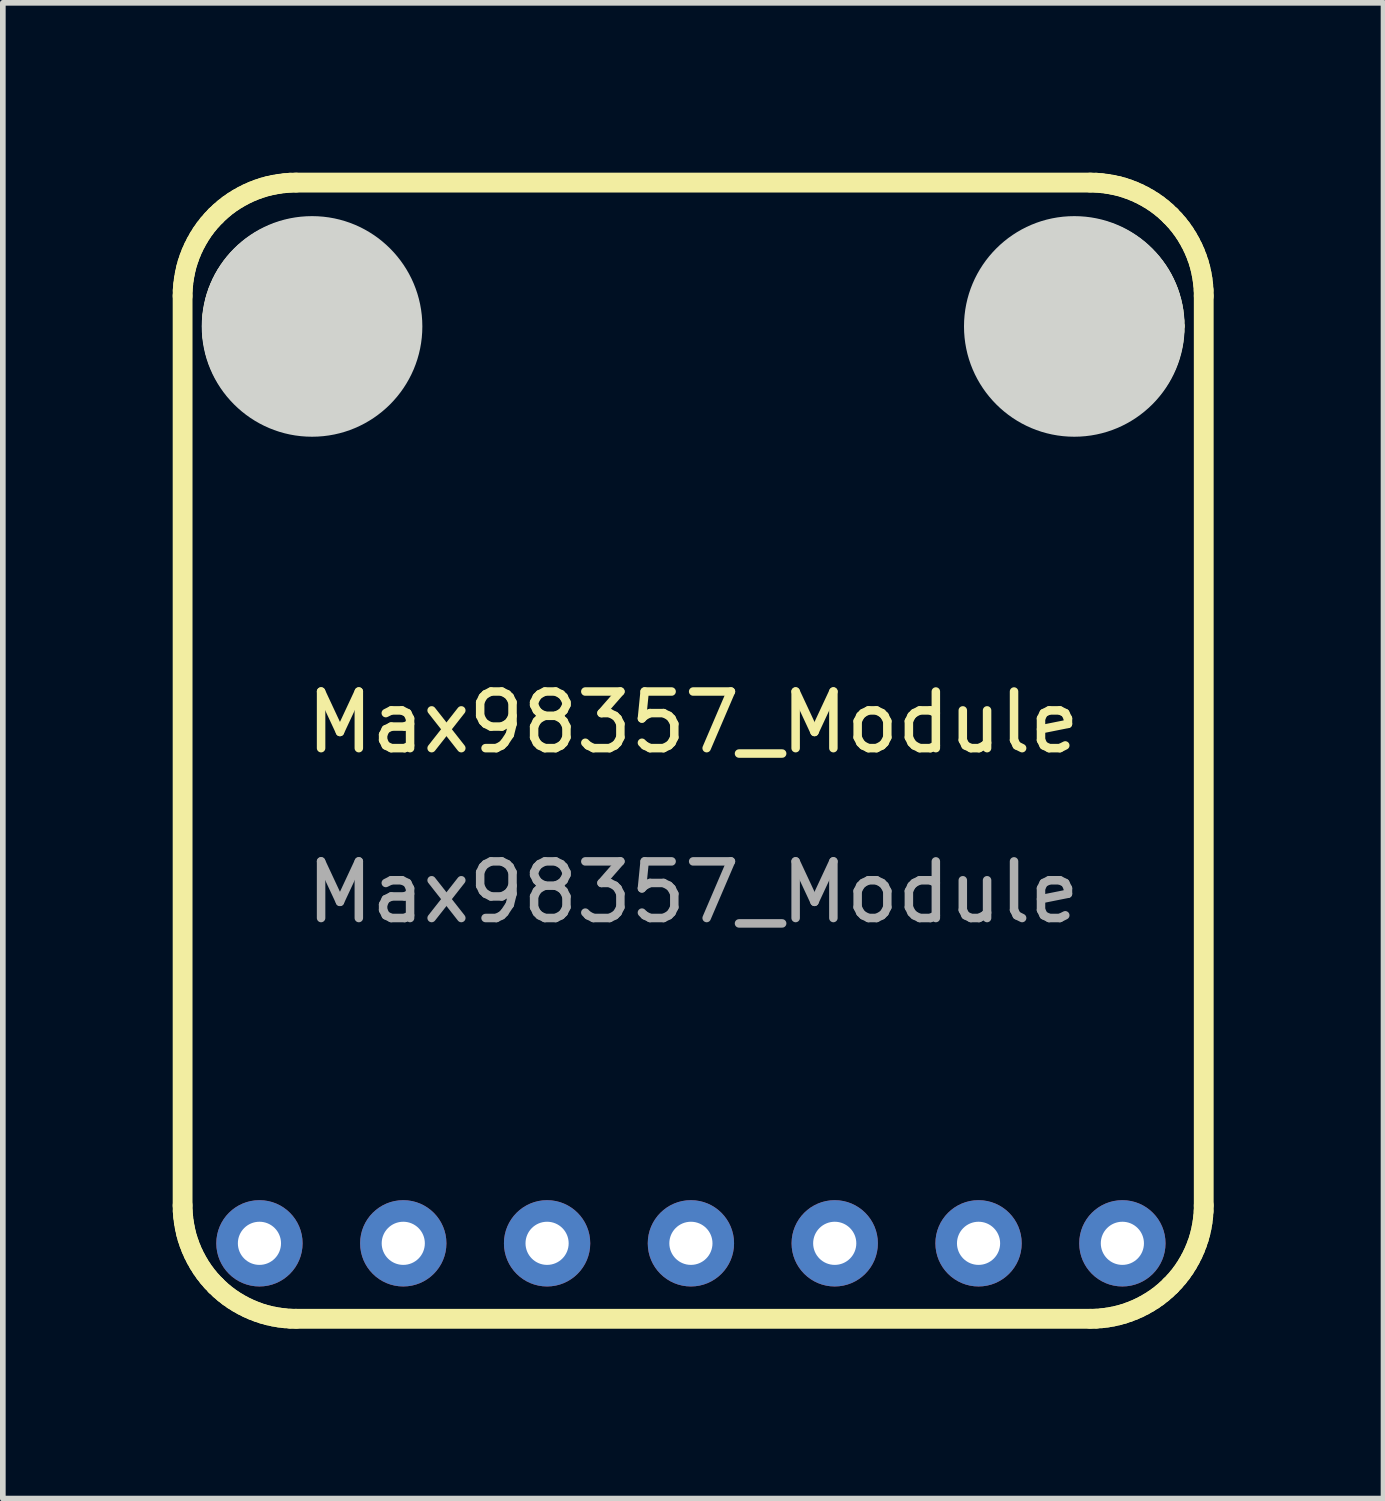
<source format=kicad_pcb>
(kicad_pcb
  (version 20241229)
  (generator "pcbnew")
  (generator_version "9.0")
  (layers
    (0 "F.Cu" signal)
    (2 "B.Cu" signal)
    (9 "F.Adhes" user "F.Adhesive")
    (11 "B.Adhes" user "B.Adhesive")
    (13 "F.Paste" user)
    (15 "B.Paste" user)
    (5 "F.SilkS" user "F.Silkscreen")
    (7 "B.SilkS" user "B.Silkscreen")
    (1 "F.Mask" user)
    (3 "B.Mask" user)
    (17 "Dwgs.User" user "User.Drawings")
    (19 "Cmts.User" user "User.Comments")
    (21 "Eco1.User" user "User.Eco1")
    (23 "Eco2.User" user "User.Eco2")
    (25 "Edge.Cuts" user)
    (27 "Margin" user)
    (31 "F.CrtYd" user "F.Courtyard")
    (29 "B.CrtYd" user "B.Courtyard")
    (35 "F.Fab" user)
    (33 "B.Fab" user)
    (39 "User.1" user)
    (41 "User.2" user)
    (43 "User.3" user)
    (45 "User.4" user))
  (footprint "Max98357_Module"
    (layer "F.Cu")
    (at 9.192 10.208)
    (property "Reference" "Max98357_Module" (at 0 -0.5 0) (unlocked yes) (layer "F.SilkS") (effects (font (size 1 1) (thickness 0.15))))
    (attr through_hole)
    (fp_line (start -9.017 8.033) (end -9.017 -8.033) (stroke (width 0.35) (type solid)) (layer "F.SilkS"))
    (fp_line (start -9.017 8.033) (end -9.015 8.132) (stroke (width 0.35) (type solid)) (layer "F.SilkS"))
    (fp_line (start -9.015 -8.132) (end -9.017 -8.033) (stroke (width 0.35) (type solid)) (layer "F.SilkS"))
    (fp_line (start -9.015 8.132) (end -9.007 8.231) (stroke (width 0.35) (type solid)) (layer "F.SilkS"))
    (fp_line (start -9.007 -8.231) (end -9.015 -8.132) (stroke (width 0.35) (type solid)) (layer "F.SilkS"))
    (fp_line (start -9.007 8.231) (end -8.995 8.328) (stroke (width 0.35) (type solid)) (layer "F.SilkS"))
    (fp_line (start -8.995 -8.328) (end -9.007 -8.231) (stroke (width 0.35) (type solid)) (layer "F.SilkS"))
    (fp_line (start -8.995 8.328) (end -8.978 8.425) (stroke (width 0.35) (type solid)) (layer "F.SilkS"))
    (fp_line (start -8.978 -8.425) (end -8.995 -8.328) (stroke (width 0.35) (type solid)) (layer "F.SilkS"))
    (fp_line (start -8.978 8.425) (end -8.957 8.521) (stroke (width 0.35) (type solid)) (layer "F.SilkS"))
    (fp_line (start -8.957 -8.521) (end -8.978 -8.425) (stroke (width 0.35) (type solid)) (layer "F.SilkS"))
    (fp_line (start -8.957 8.521) (end -8.931 8.615) (stroke (width 0.35) (type solid)) (layer "F.SilkS"))
    (fp_line (start -8.931 -8.615) (end -8.957 -8.521) (stroke (width 0.35) (type solid)) (layer "F.SilkS"))
    (fp_line (start -8.931 8.615) (end -8.9 8.707) (stroke (width 0.35) (type solid)) (layer "F.SilkS"))
    (fp_line (start -8.9 -8.707) (end -8.931 -8.615) (stroke (width 0.35) (type solid)) (layer "F.SilkS"))
    (fp_line (start -8.9 8.707) (end -8.865 8.798) (stroke (width 0.35) (type solid)) (layer "F.SilkS"))
    (fp_line (start -8.865 -8.798) (end -8.9 -8.707) (stroke (width 0.35) (type solid)) (layer "F.SilkS"))
    (fp_line (start -8.865 8.798) (end -8.825 8.888) (stroke (width 0.35) (type solid)) (layer "F.SilkS"))
    (fp_line (start -8.825 -8.888) (end -8.865 -8.798) (stroke (width 0.35) (type solid)) (layer "F.SilkS"))
    (fp_line (start -8.825 8.888) (end -8.781 8.975) (stroke (width 0.35) (type solid)) (layer "F.SilkS"))
    (fp_line (start -8.781 -8.975) (end -8.825 -8.888) (stroke (width 0.35) (type solid)) (layer "F.SilkS"))
    (fp_line (start -8.781 8.975) (end -8.733 9.06) (stroke (width 0.35) (type solid)) (layer "F.SilkS"))
    (fp_line (start -8.733 -9.06) (end -8.781 -8.975) (stroke (width 0.35) (type solid)) (layer "F.SilkS"))
    (fp_line (start -8.733 9.06) (end -8.681 9.143) (stroke (width 0.35) (type solid)) (layer "F.SilkS"))
    (fp_line (start -8.681 -9.143) (end -8.733 -9.06) (stroke (width 0.35) (type solid)) (layer "F.SilkS"))
    (fp_line (start -8.681 9.143) (end -8.625 9.223) (stroke (width 0.35) (type solid)) (layer "F.SilkS"))
    (fp_line (start -8.625 -9.223) (end -8.681 -9.143) (stroke (width 0.35) (type solid)) (layer "F.SilkS"))
    (fp_line (start -8.625 9.223) (end -8.564 9.301) (stroke (width 0.35) (type solid)) (layer "F.SilkS"))
    (fp_line (start -8.564 -9.301) (end -8.625 -9.223) (stroke (width 0.35) (type solid)) (layer "F.SilkS"))
    (fp_line (start -8.564 9.301) (end -8.5 9.375) (stroke (width 0.35) (type solid)) (layer "F.SilkS"))
    (fp_line (start -8.5 -7.5) (end -8.5 -7.5) (stroke (width 0.35) (type solid)) (layer "F.SilkS"))
    (fp_line (start -8.5 -7.5) (end -8.498 -7.41) (stroke (width 0.35) (type solid)) (layer "F.SilkS"))
    (fp_line (start -8.5 -9.375) (end -8.564 -9.301) (stroke (width 0.35) (type solid)) (layer "F.SilkS"))
    (fp_line (start -8.5 9.375) (end -8.431 9.447) (stroke (width 0.35) (type solid)) (layer "F.SilkS"))
    (fp_line (start -8.498 -7.59) (end -8.5 -7.5) (stroke (width 0.35) (type solid)) (layer "F.SilkS"))
    (fp_line (start -8.498 -7.41) (end -8.491 -7.321) (stroke (width 0.35) (type solid)) (layer "F.SilkS"))
    (fp_line (start -8.491 -7.679) (end -8.498 -7.59) (stroke (width 0.35) (type solid)) (layer "F.SilkS"))
    (fp_line (start -8.491 -7.321) (end -8.48 -7.233) (stroke (width 0.35) (type solid)) (layer "F.SilkS"))
    (fp_line (start -8.48 -7.767) (end -8.491 -7.679) (stroke (width 0.35) (type solid)) (layer "F.SilkS"))
    (fp_line (start -8.48 -7.233) (end -8.464 -7.147) (stroke (width 0.35) (type solid)) (layer "F.SilkS"))
    (fp_line (start -8.464 -7.853) (end -8.48 -7.767) (stroke (width 0.35) (type solid)) (layer "F.SilkS"))
    (fp_line (start -8.464 -7.147) (end -8.445 -7.063) (stroke (width 0.35) (type solid)) (layer "F.SilkS"))
    (fp_line (start -8.445 -7.937) (end -8.464 -7.853) (stroke (width 0.35) (type solid)) (layer "F.SilkS"))
    (fp_line (start -8.445 -7.063) (end -8.421 -6.98) (stroke (width 0.35) (type solid)) (layer "F.SilkS"))
    (fp_line (start -8.431 -9.447) (end -8.5 -9.375) (stroke (width 0.35) (type solid)) (layer "F.SilkS"))
    (fp_line (start -8.431 -9.447) (end -8.431 -9.447) (stroke (width 0.35) (type solid)) (layer "F.SilkS"))
    (fp_line (start -8.431 9.447) (end -8.431 9.447) (stroke (width 0.35) (type solid)) (layer "F.SilkS"))
    (fp_line (start -8.431 9.447) (end -8.359 9.516) (stroke (width 0.35) (type solid)) (layer "F.SilkS"))
    (fp_line (start -8.421 -8.02) (end -8.445 -7.937) (stroke (width 0.35) (type solid)) (layer "F.SilkS"))
    (fp_line (start -8.421 -6.98) (end -8.394 -6.898) (stroke (width 0.35) (type solid)) (layer "F.SilkS"))
    (fp_line (start -8.394 -8.102) (end -8.421 -8.02) (stroke (width 0.35) (type solid)) (layer "F.SilkS"))
    (fp_line (start -8.394 -6.898) (end -8.362 -6.819) (stroke (width 0.35) (type solid)) (layer "F.SilkS"))
    (fp_line (start -8.362 -8.181) (end -8.394 -8.102) (stroke (width 0.35) (type solid)) (layer "F.SilkS"))
    (fp_line (start -8.362 -6.819) (end -8.327 -6.741) (stroke (width 0.35) (type solid)) (layer "F.SilkS"))
    (fp_line (start -8.359 -9.516) (end -8.431 -9.447) (stroke (width 0.35) (type solid)) (layer "F.SilkS"))
    (fp_line (start -8.359 9.516) (end -8.285 9.58) (stroke (width 0.35) (type solid)) (layer "F.SilkS"))
    (fp_line (start -8.327 -8.259) (end -8.362 -8.181) (stroke (width 0.35) (type solid)) (layer "F.SilkS"))
    (fp_line (start -8.327 -6.741) (end -8.289 -6.666) (stroke (width 0.35) (type solid)) (layer "F.SilkS"))
    (fp_line (start -8.289 -8.334) (end -8.327 -8.259) (stroke (width 0.35) (type solid)) (layer "F.SilkS"))
    (fp_line (start -8.289 -6.666) (end -8.247 -6.593) (stroke (width 0.35) (type solid)) (layer "F.SilkS"))
    (fp_line (start -8.285 -9.58) (end -8.359 -9.516) (stroke (width 0.35) (type solid)) (layer "F.SilkS"))
    (fp_line (start -8.285 9.58) (end -8.207 9.641) (stroke (width 0.35) (type solid)) (layer "F.SilkS"))
    (fp_line (start -8.247 -8.407) (end -8.289 -8.334) (stroke (width 0.35) (type solid)) (layer "F.SilkS"))
    (fp_line (start -8.247 -6.593) (end -8.201 -6.522) (stroke (width 0.35) (type solid)) (layer "F.SilkS"))
    (fp_line (start -8.207 -9.641) (end -8.285 -9.58) (stroke (width 0.35) (type solid)) (layer "F.SilkS"))
    (fp_line (start -8.207 9.641) (end -8.127 9.697) (stroke (width 0.35) (type solid)) (layer "F.SilkS"))
    (fp_line (start -8.201 -8.478) (end -8.247 -8.407) (stroke (width 0.35) (type solid)) (layer "F.SilkS"))
    (fp_line (start -8.201 -6.522) (end -8.152 -6.453) (stroke (width 0.35) (type solid)) (layer "F.SilkS"))
    (fp_line (start -8.152 -8.547) (end -8.201 -8.478) (stroke (width 0.35) (type solid)) (layer "F.SilkS"))
    (fp_line (start -8.152 -6.453) (end -8.1 -6.387) (stroke (width 0.35) (type solid)) (layer "F.SilkS"))
    (fp_line (start -8.127 -9.697) (end -8.207 -9.641) (stroke (width 0.35) (type solid)) (layer "F.SilkS"))
    (fp_line (start -8.127 9.697) (end -8.044 9.749) (stroke (width 0.35) (type solid)) (layer "F.SilkS"))
    (fp_line (start -8.1 -8.613) (end -8.152 -8.547) (stroke (width 0.35) (type solid)) (layer "F.SilkS"))
    (fp_line (start -8.1 -6.387) (end -8.045 -6.323) (stroke (width 0.35) (type solid)) (layer "F.SilkS"))
    (fp_line (start -8.045 -8.677) (end -8.1 -8.613) (stroke (width 0.35) (type solid)) (layer "F.SilkS"))
    (fp_line (start -8.045 -6.323) (end -7.987 -6.263) (stroke (width 0.35) (type solid)) (layer "F.SilkS"))
    (fp_line (start -8.044 -9.749) (end -8.127 -9.697) (stroke (width 0.35) (type solid)) (layer "F.SilkS"))
    (fp_line (start -8.044 9.749) (end -7.959 9.797) (stroke (width 0.35) (type solid)) (layer "F.SilkS"))
    (fp_line (start -7.987 -8.737) (end -8.045 -8.677) (stroke (width 0.35) (type solid)) (layer "F.SilkS"))
    (fp_line (start -7.987 -6.263) (end -7.927 -6.205) (stroke (width 0.35) (type solid)) (layer "F.SilkS"))
    (fp_line (start -7.959 -9.797) (end -8.044 -9.749) (stroke (width 0.35) (type solid)) (layer "F.SilkS"))
    (fp_line (start -7.959 9.797) (end -7.872 9.841) (stroke (width 0.35) (type solid)) (layer "F.SilkS"))
    (fp_line (start -7.927 -8.795) (end -7.987 -8.737) (stroke (width 0.35) (type solid)) (layer "F.SilkS"))
    (fp_line (start -7.927 -6.205) (end -7.863 -6.15) (stroke (width 0.35) (type solid)) (layer "F.SilkS"))
    (fp_line (start -7.872 -9.841) (end -7.959 -9.797) (stroke (width 0.35) (type solid)) (layer "F.SilkS"))
    (fp_line (start -7.872 9.841) (end -7.782 9.881) (stroke (width 0.35) (type solid)) (layer "F.SilkS"))
    (fp_line (start -7.863 -8.85) (end -7.927 -8.795) (stroke (width 0.35) (type solid)) (layer "F.SilkS"))
    (fp_line (start -7.863 -6.15) (end -7.797 -6.098) (stroke (width 0.35) (type solid)) (layer "F.SilkS"))
    (fp_line (start -7.797 -8.902) (end -7.863 -8.85) (stroke (width 0.35) (type solid)) (layer "F.SilkS"))
    (fp_line (start -7.797 -6.098) (end -7.728 -6.049) (stroke (width 0.35) (type solid)) (layer "F.SilkS"))
    (fp_line (start -7.782 -9.881) (end -7.872 -9.841) (stroke (width 0.35) (type solid)) (layer "F.SilkS"))
    (fp_line (start -7.782 9.881) (end -7.691 9.916) (stroke (width 0.35) (type solid)) (layer "F.SilkS"))
    (fp_line (start -7.728 -8.951) (end -7.797 -8.902) (stroke (width 0.35) (type solid)) (layer "F.SilkS"))
    (fp_line (start -7.728 -6.049) (end -7.657 -6.003) (stroke (width 0.35) (type solid)) (layer "F.SilkS"))
    (fp_line (start -7.691 -9.916) (end -7.782 -9.881) (stroke (width 0.35) (type solid)) (layer "F.SilkS"))
    (fp_line (start -7.691 9.916) (end -7.599 9.947) (stroke (width 0.35) (type solid)) (layer "F.SilkS"))
    (fp_line (start -7.657 -8.997) (end -7.728 -8.951) (stroke (width 0.35) (type solid)) (layer "F.SilkS"))
    (fp_line (start -7.657 -6.003) (end -7.584 -5.961) (stroke (width 0.35) (type solid)) (layer "F.SilkS"))
    (fp_line (start -7.599 -9.947) (end -7.691 -9.916) (stroke (width 0.35) (type solid)) (layer "F.SilkS"))
    (fp_line (start -7.599 9.947) (end -7.505 9.973) (stroke (width 0.35) (type solid)) (layer "F.SilkS"))
    (fp_line (start -7.584 -9.039) (end -7.657 -8.997) (stroke (width 0.35) (type solid)) (layer "F.SilkS"))
    (fp_line (start -7.584 -5.961) (end -7.509 -5.923) (stroke (width 0.35) (type solid)) (layer "F.SilkS"))
    (fp_line (start -7.509 -9.077) (end -7.584 -9.039) (stroke (width 0.35) (type solid)) (layer "F.SilkS"))
    (fp_line (start -7.509 -5.923) (end -7.431 -5.888) (stroke (width 0.35) (type solid)) (layer "F.SilkS"))
    (fp_line (start -7.505 -9.973) (end -7.599 -9.947) (stroke (width 0.35) (type solid)) (layer "F.SilkS"))
    (fp_line (start -7.505 9.973) (end -7.409 9.994) (stroke (width 0.35) (type solid)) (layer "F.SilkS"))
    (fp_line (start -7.431 -9.112) (end -7.509 -9.077) (stroke (width 0.35) (type solid)) (layer "F.SilkS"))
    (fp_line (start -7.431 -5.888) (end -7.352 -5.856) (stroke (width 0.35) (type solid)) (layer "F.SilkS"))
    (fp_line (start -7.409 -9.994) (end -7.505 -9.973) (stroke (width 0.35) (type solid)) (layer "F.SilkS"))
    (fp_line (start -7.409 9.994) (end -7.312 10.011) (stroke (width 0.35) (type solid)) (layer "F.SilkS"))
    (fp_line (start -7.352 -9.144) (end -7.431 -9.112) (stroke (width 0.35) (type solid)) (layer "F.SilkS"))
    (fp_line (start -7.352 -5.856) (end -7.27 -5.829) (stroke (width 0.35) (type solid)) (layer "F.SilkS"))
    (fp_line (start -7.312 -10.011) (end -7.409 -9.994) (stroke (width 0.35) (type solid)) (layer "F.SilkS"))
    (fp_line (start -7.312 10.011) (end -7.215 10.023) (stroke (width 0.35) (type solid)) (layer "F.SilkS"))
    (fp_line (start -7.27 -9.171) (end -7.352 -9.144) (stroke (width 0.35) (type solid)) (layer "F.SilkS"))
    (fp_line (start -7.27 -5.829) (end -7.187 -5.805) (stroke (width 0.35) (type solid)) (layer "F.SilkS"))
    (fp_line (start -7.215 -10.023) (end -7.312 -10.011) (stroke (width 0.35) (type solid)) (layer "F.SilkS"))
    (fp_line (start -7.215 10.023) (end -7.116 10.031) (stroke (width 0.35) (type solid)) (layer "F.SilkS"))
    (fp_line (start -7.187 -9.195) (end -7.27 -9.171) (stroke (width 0.35) (type solid)) (layer "F.SilkS"))
    (fp_line (start -7.187 -5.805) (end -7.103 -5.786) (stroke (width 0.35) (type solid)) (layer "F.SilkS"))
    (fp_line (start -7.116 -10.031) (end -7.215 -10.023) (stroke (width 0.35) (type solid)) (layer "F.SilkS"))
    (fp_line (start -7.116 10.031) (end -7.017 10.033) (stroke (width 0.35) (type solid)) (layer "F.SilkS"))
    (fp_line (start -7.103 -9.214) (end -7.187 -9.195) (stroke (width 0.35) (type solid)) (layer "F.SilkS"))
    (fp_line (start -7.103 -5.786) (end -7.017 -5.77) (stroke (width 0.35) (type solid)) (layer "F.SilkS"))
    (fp_line (start -7.017 -10.033) (end -7.116 -10.031) (stroke (width 0.35) (type solid)) (layer "F.SilkS"))
    (fp_line (start -7.017 -10.033) (end 7.017 -10.033) (stroke (width 0.35) (type solid)) (layer "F.SilkS"))
    (fp_line (start -7.017 -9.23) (end -7.103 -9.214) (stroke (width 0.35) (type solid)) (layer "F.SilkS"))
    (fp_line (start -7.017 -5.77) (end -6.929 -5.759) (stroke (width 0.35) (type solid)) (layer "F.SilkS"))
    (fp_line (start -6.929 -9.241) (end -7.017 -9.23) (stroke (width 0.35) (type solid)) (layer "F.SilkS"))
    (fp_line (start -6.929 -5.759) (end -6.84 -5.752) (stroke (width 0.35) (type solid)) (layer "F.SilkS"))
    (fp_line (start -6.84 -9.248) (end -6.929 -9.241) (stroke (width 0.35) (type solid)) (layer "F.SilkS"))
    (fp_line (start -6.84 -5.752) (end -6.75 -5.75) (stroke (width 0.35) (type solid)) (layer "F.SilkS"))
    (fp_line (start -6.75 -9.25) (end -6.84 -9.248) (stroke (width 0.35) (type solid)) (layer "F.SilkS"))
    (fp_line (start -6.75 -9.25) (end -6.75 -9.25) (stroke (width 0.35) (type solid)) (layer "F.SilkS"))
    (fp_line (start -6.75 -5.75) (end -6.75 -5.75) (stroke (width 0.35) (type solid)) (layer "F.SilkS"))
    (fp_line (start -6.75 -5.75) (end -6.66 -5.752) (stroke (width 0.35) (type solid)) (layer "F.SilkS"))
    (fp_line (start -6.66 -9.248) (end -6.75 -9.25) (stroke (width 0.35) (type solid)) (layer "F.SilkS"))
    (fp_line (start -6.66 -5.752) (end -6.571 -5.759) (stroke (width 0.35) (type solid)) (layer "F.SilkS"))
    (fp_line (start -6.571 -9.241) (end -6.66 -9.248) (stroke (width 0.35) (type solid)) (layer "F.SilkS"))
    (fp_line (start -6.571 -5.759) (end -6.483 -5.77) (stroke (width 0.35) (type solid)) (layer "F.SilkS"))
    (fp_line (start -6.483 -9.23) (end -6.571 -9.241) (stroke (width 0.35) (type solid)) (layer "F.SilkS"))
    (fp_line (start -6.483 -5.77) (end -6.397 -5.786) (stroke (width 0.35) (type solid)) (layer "F.SilkS"))
    (fp_line (start -6.397 -9.214) (end -6.483 -9.23) (stroke (width 0.35) (type solid)) (layer "F.SilkS"))
    (fp_line (start -6.397 -5.786) (end -6.313 -5.805) (stroke (width 0.35) (type solid)) (layer "F.SilkS"))
    (fp_line (start -6.313 -9.195) (end -6.397 -9.214) (stroke (width 0.35) (type solid)) (layer "F.SilkS"))
    (fp_line (start -6.313 -5.805) (end -6.23 -5.829) (stroke (width 0.35) (type solid)) (layer "F.SilkS"))
    (fp_line (start -6.23 -9.171) (end -6.313 -9.195) (stroke (width 0.35) (type solid)) (layer "F.SilkS"))
    (fp_line (start -6.23 -5.829) (end -6.148 -5.856) (stroke (width 0.35) (type solid)) (layer "F.SilkS"))
    (fp_line (start -6.148 -9.144) (end -6.23 -9.171) (stroke (width 0.35) (type solid)) (layer "F.SilkS"))
    (fp_line (start -6.148 -5.856) (end -6.069 -5.888) (stroke (width 0.35) (type solid)) (layer "F.SilkS"))
    (fp_line (start -6.069 -9.112) (end -6.148 -9.144) (stroke (width 0.35) (type solid)) (layer "F.SilkS"))
    (fp_line (start -6.069 -5.888) (end -5.991 -5.923) (stroke (width 0.35) (type solid)) (layer "F.SilkS"))
    (fp_line (start -5.991 -9.077) (end -6.069 -9.112) (stroke (width 0.35) (type solid)) (layer "F.SilkS"))
    (fp_line (start -5.991 -5.923) (end -5.916 -5.961) (stroke (width 0.35) (type solid)) (layer "F.SilkS"))
    (fp_line (start -5.916 -9.039) (end -5.991 -9.077) (stroke (width 0.35) (type solid)) (layer "F.SilkS"))
    (fp_line (start -5.916 -5.961) (end -5.843 -6.003) (stroke (width 0.35) (type solid)) (layer "F.SilkS"))
    (fp_line (start -5.843 -8.997) (end -5.916 -9.039) (stroke (width 0.35) (type solid)) (layer "F.SilkS"))
    (fp_line (start -5.843 -6.003) (end -5.772 -6.049) (stroke (width 0.35) (type solid)) (layer "F.SilkS"))
    (fp_line (start -5.772 -8.951) (end -5.843 -8.997) (stroke (width 0.35) (type solid)) (layer "F.SilkS"))
    (fp_line (start -5.772 -6.049) (end -5.703 -6.098) (stroke (width 0.35) (type solid)) (layer "F.SilkS"))
    (fp_line (start -5.703 -8.902) (end -5.772 -8.951) (stroke (width 0.35) (type solid)) (layer "F.SilkS"))
    (fp_line (start -5.703 -6.098) (end -5.637 -6.15) (stroke (width 0.35) (type solid)) (layer "F.SilkS"))
    (fp_line (start -5.637 -8.85) (end -5.703 -8.902) (stroke (width 0.35) (type solid)) (layer "F.SilkS"))
    (fp_line (start -5.637 -6.15) (end -5.573 -6.205) (stroke (width 0.35) (type solid)) (layer "F.SilkS"))
    (fp_line (start -5.573 -8.795) (end -5.637 -8.85) (stroke (width 0.35) (type solid)) (layer "F.SilkS"))
    (fp_line (start -5.573 -6.205) (end -5.513 -6.263) (stroke (width 0.35) (type solid)) (layer "F.SilkS"))
    (fp_line (start -5.513 -8.737) (end -5.573 -8.795) (stroke (width 0.35) (type solid)) (layer "F.SilkS"))
    (fp_line (start -5.513 -6.263) (end -5.455 -6.323) (stroke (width 0.35) (type solid)) (layer "F.SilkS"))
    (fp_line (start -5.455 -8.677) (end -5.513 -8.737) (stroke (width 0.35) (type solid)) (layer "F.SilkS"))
    (fp_line (start -5.455 -6.323) (end -5.4 -6.387) (stroke (width 0.35) (type solid)) (layer "F.SilkS"))
    (fp_line (start -5.4 -8.613) (end -5.455 -8.677) (stroke (width 0.35) (type solid)) (layer "F.SilkS"))
    (fp_line (start -5.4 -6.387) (end -5.348 -6.453) (stroke (width 0.35) (type solid)) (layer "F.SilkS"))
    (fp_line (start -5.348 -8.547) (end -5.4 -8.613) (stroke (width 0.35) (type solid)) (layer "F.SilkS"))
    (fp_line (start -5.348 -6.453) (end -5.299 -6.522) (stroke (width 0.35) (type solid)) (layer "F.SilkS"))
    (fp_line (start -5.299 -8.478) (end -5.348 -8.547) (stroke (width 0.35) (type solid)) (layer "F.SilkS"))
    (fp_line (start -5.299 -6.522) (end -5.253 -6.593) (stroke (width 0.35) (type solid)) (layer "F.SilkS"))
    (fp_line (start -5.253 -8.407) (end -5.299 -8.478) (stroke (width 0.35) (type solid)) (layer "F.SilkS"))
    (fp_line (start -5.253 -6.593) (end -5.211 -6.666) (stroke (width 0.35) (type solid)) (layer "F.SilkS"))
    (fp_line (start -5.211 -8.334) (end -5.253 -8.407) (stroke (width 0.35) (type solid)) (layer "F.SilkS"))
    (fp_line (start -5.211 -6.666) (end -5.173 -6.741) (stroke (width 0.35) (type solid)) (layer "F.SilkS"))
    (fp_line (start -5.173 -8.259) (end -5.211 -8.334) (stroke (width 0.35) (type solid)) (layer "F.SilkS"))
    (fp_line (start -5.173 -6.741) (end -5.138 -6.819) (stroke (width 0.35) (type solid)) (layer "F.SilkS"))
    (fp_line (start -5.138 -8.181) (end -5.173 -8.259) (stroke (width 0.35) (type solid)) (layer "F.SilkS"))
    (fp_line (start -5.138 -6.819) (end -5.106 -6.898) (stroke (width 0.35) (type solid)) (layer "F.SilkS"))
    (fp_line (start -5.106 -8.102) (end -5.138 -8.181) (stroke (width 0.35) (type solid)) (layer "F.SilkS"))
    (fp_line (start -5.106 -6.898) (end -5.079 -6.98) (stroke (width 0.35) (type solid)) (layer "F.SilkS"))
    (fp_line (start -5.079 -8.02) (end -5.106 -8.102) (stroke (width 0.35) (type solid)) (layer "F.SilkS"))
    (fp_line (start -5.079 -6.98) (end -5.055 -7.063) (stroke (width 0.35) (type solid)) (layer "F.SilkS"))
    (fp_line (start -5.055 -7.937) (end -5.079 -8.02) (stroke (width 0.35) (type solid)) (layer "F.SilkS"))
    (fp_line (start -5.055 -7.063) (end -5.036 -7.147) (stroke (width 0.35) (type solid)) (layer "F.SilkS"))
    (fp_line (start -5.036 -7.853) (end -5.055 -7.937) (stroke (width 0.35) (type solid)) (layer "F.SilkS"))
    (fp_line (start -5.036 -7.147) (end -5.02 -7.233) (stroke (width 0.35) (type solid)) (layer "F.SilkS"))
    (fp_line (start -5.02 -7.767) (end -5.036 -7.853) (stroke (width 0.35) (type solid)) (layer "F.SilkS"))
    (fp_line (start -5.02 -7.233) (end -5.009 -7.321) (stroke (width 0.35) (type solid)) (layer "F.SilkS"))
    (fp_line (start -5.009 -7.679) (end -5.02 -7.767) (stroke (width 0.35) (type solid)) (layer "F.SilkS"))
    (fp_line (start -5.009 -7.321) (end -5.002 -7.41) (stroke (width 0.35) (type solid)) (layer "F.SilkS"))
    (fp_line (start -5.002 -7.59) (end -5.009 -7.679) (stroke (width 0.35) (type solid)) (layer "F.SilkS"))
    (fp_line (start -5.002 -7.41) (end -5 -7.5) (stroke (width 0.35) (type solid)) (layer "F.SilkS"))
    (fp_line (start -5 -7.5) (end -5.002 -7.59) (stroke (width 0.35) (type solid)) (layer "F.SilkS"))
    (fp_line (start -5 -7.5) (end -5 -7.5) (stroke (width 0.35) (type solid)) (layer "F.SilkS"))
    (fp_line (start -5 -7.5) (end -5 -7.5) (stroke (width 0.35) (type solid)) (layer "F.SilkS"))
    (fp_line (start 5 -7.5) (end 5 -7.5) (stroke (width 0.35) (type solid)) (layer "F.SilkS"))
    (fp_line (start 5 -7.5) (end 5.002 -7.41) (stroke (width 0.35) (type solid)) (layer "F.SilkS"))
    (fp_line (start 5.002 -7.59) (end 5 -7.5) (stroke (width 0.35) (type solid)) (layer "F.SilkS"))
    (fp_line (start 5.002 -7.41) (end 5.009 -7.321) (stroke (width 0.35) (type solid)) (layer "F.SilkS"))
    (fp_line (start 5.009 -7.679) (end 5.002 -7.59) (stroke (width 0.35) (type solid)) (layer "F.SilkS"))
    (fp_line (start 5.009 -7.321) (end 5.02 -7.233) (stroke (width 0.35) (type solid)) (layer "F.SilkS"))
    (fp_line (start 5.02 -7.767) (end 5.009 -7.679) (stroke (width 0.35) (type solid)) (layer "F.SilkS"))
    (fp_line (start 5.02 -7.233) (end 5.036 -7.147) (stroke (width 0.35) (type solid)) (layer "F.SilkS"))
    (fp_line (start 5.036 -7.853) (end 5.02 -7.767) (stroke (width 0.35) (type solid)) (layer "F.SilkS"))
    (fp_line (start 5.036 -7.147) (end 5.055 -7.063) (stroke (width 0.35) (type solid)) (layer "F.SilkS"))
    (fp_line (start 5.055 -7.937) (end 5.036 -7.853) (stroke (width 0.35) (type solid)) (layer "F.SilkS"))
    (fp_line (start 5.055 -7.063) (end 5.079 -6.98) (stroke (width 0.35) (type solid)) (layer "F.SilkS"))
    (fp_line (start 5.079 -8.02) (end 5.055 -7.937) (stroke (width 0.35) (type solid)) (layer "F.SilkS"))
    (fp_line (start 5.079 -6.98) (end 5.106 -6.898) (stroke (width 0.35) (type solid)) (layer "F.SilkS"))
    (fp_line (start 5.106 -8.102) (end 5.079 -8.02) (stroke (width 0.35) (type solid)) (layer "F.SilkS"))
    (fp_line (start 5.106 -6.898) (end 5.138 -6.819) (stroke (width 0.35) (type solid)) (layer "F.SilkS"))
    (fp_line (start 5.138 -8.181) (end 5.106 -8.102) (stroke (width 0.35) (type solid)) (layer "F.SilkS"))
    (fp_line (start 5.138 -6.819) (end 5.173 -6.741) (stroke (width 0.35) (type solid)) (layer "F.SilkS"))
    (fp_line (start 5.173 -8.259) (end 5.138 -8.181) (stroke (width 0.35) (type solid)) (layer "F.SilkS"))
    (fp_line (start 5.173 -6.741) (end 5.211 -6.666) (stroke (width 0.35) (type solid)) (layer "F.SilkS"))
    (fp_line (start 5.211 -8.334) (end 5.173 -8.259) (stroke (width 0.35) (type solid)) (layer "F.SilkS"))
    (fp_line (start 5.211 -6.666) (end 5.253 -6.593) (stroke (width 0.35) (type solid)) (layer "F.SilkS"))
    (fp_line (start 5.253 -8.407) (end 5.211 -8.334) (stroke (width 0.35) (type solid)) (layer "F.SilkS"))
    (fp_line (start 5.253 -6.593) (end 5.299 -6.522) (stroke (width 0.35) (type solid)) (layer "F.SilkS"))
    (fp_line (start 5.299 -8.478) (end 5.253 -8.407) (stroke (width 0.35) (type solid)) (layer "F.SilkS"))
    (fp_line (start 5.299 -6.522) (end 5.348 -6.453) (stroke (width 0.35) (type solid)) (layer "F.SilkS"))
    (fp_line (start 5.348 -8.547) (end 5.299 -8.478) (stroke (width 0.35) (type solid)) (layer "F.SilkS"))
    (fp_line (start 5.348 -6.453) (end 5.4 -6.387) (stroke (width 0.35) (type solid)) (layer "F.SilkS"))
    (fp_line (start 5.4 -8.613) (end 5.348 -8.547) (stroke (width 0.35) (type solid)) (layer "F.SilkS"))
    (fp_line (start 5.4 -6.387) (end 5.455 -6.323) (stroke (width 0.35) (type solid)) (layer "F.SilkS"))
    (fp_line (start 5.455 -8.677) (end 5.4 -8.613) (stroke (width 0.35) (type solid)) (layer "F.SilkS"))
    (fp_line (start 5.455 -6.323) (end 5.513 -6.263) (stroke (width 0.35) (type solid)) (layer "F.SilkS"))
    (fp_line (start 5.513 -8.737) (end 5.455 -8.677) (stroke (width 0.35) (type solid)) (layer "F.SilkS"))
    (fp_line (start 5.513 -6.263) (end 5.573 -6.205) (stroke (width 0.35) (type solid)) (layer "F.SilkS"))
    (fp_line (start 5.573 -8.795) (end 5.513 -8.737) (stroke (width 0.35) (type solid)) (layer "F.SilkS"))
    (fp_line (start 5.573 -6.205) (end 5.637 -6.15) (stroke (width 0.35) (type solid)) (layer "F.SilkS"))
    (fp_line (start 5.637 -8.85) (end 5.573 -8.795) (stroke (width 0.35) (type solid)) (layer "F.SilkS"))
    (fp_line (start 5.637 -6.15) (end 5.703 -6.098) (stroke (width 0.35) (type solid)) (layer "F.SilkS"))
    (fp_line (start 5.703 -8.902) (end 5.637 -8.85) (stroke (width 0.35) (type solid)) (layer "F.SilkS"))
    (fp_line (start 5.703 -6.098) (end 5.772 -6.049) (stroke (width 0.35) (type solid)) (layer "F.SilkS"))
    (fp_line (start 5.772 -8.951) (end 5.703 -8.902) (stroke (width 0.35) (type solid)) (layer "F.SilkS"))
    (fp_line (start 5.772 -6.049) (end 5.843 -6.003) (stroke (width 0.35) (type solid)) (layer "F.SilkS"))
    (fp_line (start 5.843 -8.997) (end 5.772 -8.951) (stroke (width 0.35) (type solid)) (layer "F.SilkS"))
    (fp_line (start 5.843 -6.003) (end 5.916 -5.961) (stroke (width 0.35) (type solid)) (layer "F.SilkS"))
    (fp_line (start 5.916 -9.039) (end 5.843 -8.997) (stroke (width 0.35) (type solid)) (layer "F.SilkS"))
    (fp_line (start 5.916 -5.961) (end 5.991 -5.923) (stroke (width 0.35) (type solid)) (layer "F.SilkS"))
    (fp_line (start 5.991 -9.077) (end 5.916 -9.039) (stroke (width 0.35) (type solid)) (layer "F.SilkS"))
    (fp_line (start 5.991 -5.923) (end 6.069 -5.888) (stroke (width 0.35) (type solid)) (layer "F.SilkS"))
    (fp_line (start 6.069 -9.112) (end 5.991 -9.077) (stroke (width 0.35) (type solid)) (layer "F.SilkS"))
    (fp_line (start 6.069 -5.888) (end 6.148 -5.856) (stroke (width 0.35) (type solid)) (layer "F.SilkS"))
    (fp_line (start 6.148 -9.144) (end 6.069 -9.112) (stroke (width 0.35) (type solid)) (layer "F.SilkS"))
    (fp_line (start 6.148 -5.856) (end 6.23 -5.829) (stroke (width 0.35) (type solid)) (layer "F.SilkS"))
    (fp_line (start 6.23 -9.171) (end 6.148 -9.144) (stroke (width 0.35) (type solid)) (layer "F.SilkS"))
    (fp_line (start 6.23 -5.829) (end 6.313 -5.805) (stroke (width 0.35) (type solid)) (layer "F.SilkS"))
    (fp_line (start 6.313 -9.195) (end 6.23 -9.171) (stroke (width 0.35) (type solid)) (layer "F.SilkS"))
    (fp_line (start 6.313 -5.805) (end 6.397 -5.786) (stroke (width 0.35) (type solid)) (layer "F.SilkS"))
    (fp_line (start 6.397 -9.214) (end 6.313 -9.195) (stroke (width 0.35) (type solid)) (layer "F.SilkS"))
    (fp_line (start 6.397 -5.786) (end 6.483 -5.77) (stroke (width 0.35) (type solid)) (layer "F.SilkS"))
    (fp_line (start 6.483 -9.23) (end 6.397 -9.214) (stroke (width 0.35) (type solid)) (layer "F.SilkS"))
    (fp_line (start 6.483 -5.77) (end 6.571 -5.759) (stroke (width 0.35) (type solid)) (layer "F.SilkS"))
    (fp_line (start 6.571 -9.241) (end 6.483 -9.23) (stroke (width 0.35) (type solid)) (layer "F.SilkS"))
    (fp_line (start 6.571 -5.759) (end 6.66 -5.752) (stroke (width 0.35) (type solid)) (layer "F.SilkS"))
    (fp_line (start 6.66 -9.248) (end 6.571 -9.241) (stroke (width 0.35) (type solid)) (layer "F.SilkS"))
    (fp_line (start 6.66 -5.752) (end 6.75 -5.75) (stroke (width 0.35) (type solid)) (layer "F.SilkS"))
    (fp_line (start 6.75 -9.25) (end 6.66 -9.248) (stroke (width 0.35) (type solid)) (layer "F.SilkS"))
    (fp_line (start 6.75 -9.25) (end 6.75 -9.25) (stroke (width 0.35) (type solid)) (layer "F.SilkS"))
    (fp_line (start 6.75 -5.75) (end 6.75 -5.75) (stroke (width 0.35) (type solid)) (layer "F.SilkS"))
    (fp_line (start 6.75 -5.75) (end 6.84 -5.752) (stroke (width 0.35) (type solid)) (layer "F.SilkS"))
    (fp_line (start 6.84 -9.248) (end 6.75 -9.25) (stroke (width 0.35) (type solid)) (layer "F.SilkS"))
    (fp_line (start 6.84 -5.752) (end 6.929 -5.759) (stroke (width 0.35) (type solid)) (layer "F.SilkS"))
    (fp_line (start 6.929 -9.241) (end 6.84 -9.248) (stroke (width 0.35) (type solid)) (layer "F.SilkS"))
    (fp_line (start 6.929 -5.759) (end 7.017 -5.77) (stroke (width 0.35) (type solid)) (layer "F.SilkS"))
    (fp_line (start 7.017 -9.23) (end 6.929 -9.241) (stroke (width 0.35) (type solid)) (layer "F.SilkS"))
    (fp_line (start 7.017 -5.77) (end 7.103 -5.786) (stroke (width 0.35) (type solid)) (layer "F.SilkS"))
    (fp_line (start 7.017 10.033) (end -7.017 10.033) (stroke (width 0.35) (type solid)) (layer "F.SilkS"))
    (fp_line (start 7.017 10.033) (end 7.116 10.031) (stroke (width 0.35) (type solid)) (layer "F.SilkS"))
    (fp_line (start 7.103 -9.214) (end 7.017 -9.23) (stroke (width 0.35) (type solid)) (layer "F.SilkS"))
    (fp_line (start 7.103 -5.786) (end 7.187 -5.805) (stroke (width 0.35) (type solid)) (layer "F.SilkS"))
    (fp_line (start 7.116 -10.031) (end 7.017 -10.033) (stroke (width 0.35) (type solid)) (layer "F.SilkS"))
    (fp_line (start 7.116 10.031) (end 7.215 10.023) (stroke (width 0.35) (type solid)) (layer "F.SilkS"))
    (fp_line (start 7.187 -9.195) (end 7.103 -9.214) (stroke (width 0.35) (type solid)) (layer "F.SilkS"))
    (fp_line (start 7.187 -5.805) (end 7.27 -5.829) (stroke (width 0.35) (type solid)) (layer "F.SilkS"))
    (fp_line (start 7.215 -10.023) (end 7.116 -10.031) (stroke (width 0.35) (type solid)) (layer "F.SilkS"))
    (fp_line (start 7.215 10.023) (end 7.312 10.011) (stroke (width 0.35) (type solid)) (layer "F.SilkS"))
    (fp_line (start 7.27 -9.171) (end 7.187 -9.195) (stroke (width 0.35) (type solid)) (layer "F.SilkS"))
    (fp_line (start 7.27 -5.829) (end 7.352 -5.856) (stroke (width 0.35) (type solid)) (layer "F.SilkS"))
    (fp_line (start 7.312 -10.011) (end 7.215 -10.023) (stroke (width 0.35) (type solid)) (layer "F.SilkS"))
    (fp_line (start 7.312 10.011) (end 7.409 9.994) (stroke (width 0.35) (type solid)) (layer "F.SilkS"))
    (fp_line (start 7.352 -9.144) (end 7.27 -9.171) (stroke (width 0.35) (type solid)) (layer "F.SilkS"))
    (fp_line (start 7.352 -5.856) (end 7.431 -5.888) (stroke (width 0.35) (type solid)) (layer "F.SilkS"))
    (fp_line (start 7.409 -9.994) (end 7.312 -10.011) (stroke (width 0.35) (type solid)) (layer "F.SilkS"))
    (fp_line (start 7.409 9.994) (end 7.505 9.973) (stroke (width 0.35) (type solid)) (layer "F.SilkS"))
    (fp_line (start 7.431 -9.112) (end 7.352 -9.144) (stroke (width 0.35) (type solid)) (layer "F.SilkS"))
    (fp_line (start 7.431 -5.888) (end 7.509 -5.923) (stroke (width 0.35) (type solid)) (layer "F.SilkS"))
    (fp_line (start 7.505 -9.973) (end 7.409 -9.994) (stroke (width 0.35) (type solid)) (layer "F.SilkS"))
    (fp_line (start 7.505 9.973) (end 7.599 9.947) (stroke (width 0.35) (type solid)) (layer "F.SilkS"))
    (fp_line (start 7.509 -9.077) (end 7.431 -9.112) (stroke (width 0.35) (type solid)) (layer "F.SilkS"))
    (fp_line (start 7.509 -5.923) (end 7.584 -5.961) (stroke (width 0.35) (type solid)) (layer "F.SilkS"))
    (fp_line (start 7.584 -9.039) (end 7.509 -9.077) (stroke (width 0.35) (type solid)) (layer "F.SilkS"))
    (fp_line (start 7.584 -5.961) (end 7.657 -6.003) (stroke (width 0.35) (type solid)) (layer "F.SilkS"))
    (fp_line (start 7.599 -9.947) (end 7.505 -9.973) (stroke (width 0.35) (type solid)) (layer "F.SilkS"))
    (fp_line (start 7.599 9.947) (end 7.691 9.916) (stroke (width 0.35) (type solid)) (layer "F.SilkS"))
    (fp_line (start 7.657 -8.997) (end 7.584 -9.039) (stroke (width 0.35) (type solid)) (layer "F.SilkS"))
    (fp_line (start 7.657 -6.003) (end 7.728 -6.049) (stroke (width 0.35) (type solid)) (layer "F.SilkS"))
    (fp_line (start 7.691 -9.916) (end 7.599 -9.947) (stroke (width 0.35) (type solid)) (layer "F.SilkS"))
    (fp_line (start 7.691 9.916) (end 7.782 9.881) (stroke (width 0.35) (type solid)) (layer "F.SilkS"))
    (fp_line (start 7.728 -8.951) (end 7.657 -8.997) (stroke (width 0.35) (type solid)) (layer "F.SilkS"))
    (fp_line (start 7.728 -6.049) (end 7.797 -6.098) (stroke (width 0.35) (type solid)) (layer "F.SilkS"))
    (fp_line (start 7.782 -9.881) (end 7.691 -9.916) (stroke (width 0.35) (type solid)) (layer "F.SilkS"))
    (fp_line (start 7.782 9.881) (end 7.872 9.841) (stroke (width 0.35) (type solid)) (layer "F.SilkS"))
    (fp_line (start 7.797 -8.902) (end 7.728 -8.951) (stroke (width 0.35) (type solid)) (layer "F.SilkS"))
    (fp_line (start 7.797 -6.098) (end 7.863 -6.15) (stroke (width 0.35) (type solid)) (layer "F.SilkS"))
    (fp_line (start 7.863 -8.85) (end 7.797 -8.902) (stroke (width 0.35) (type solid)) (layer "F.SilkS"))
    (fp_line (start 7.863 -6.15) (end 7.927 -6.205) (stroke (width 0.35) (type solid)) (layer "F.SilkS"))
    (fp_line (start 7.872 -9.841) (end 7.782 -9.881) (stroke (width 0.35) (type solid)) (layer "F.SilkS"))
    (fp_line (start 7.872 9.841) (end 7.959 9.797) (stroke (width 0.35) (type solid)) (layer "F.SilkS"))
    (fp_line (start 7.927 -8.795) (end 7.863 -8.85) (stroke (width 0.35) (type solid)) (layer "F.SilkS"))
    (fp_line (start 7.927 -6.205) (end 7.987 -6.263) (stroke (width 0.35) (type solid)) (layer "F.SilkS"))
    (fp_line (start 7.959 -9.797) (end 7.872 -9.841) (stroke (width 0.35) (type solid)) (layer "F.SilkS"))
    (fp_line (start 7.959 9.797) (end 8.044 9.749) (stroke (width 0.35) (type solid)) (layer "F.SilkS"))
    (fp_line (start 7.987 -8.737) (end 7.927 -8.795) (stroke (width 0.35) (type solid)) (layer "F.SilkS"))
    (fp_line (start 7.987 -6.263) (end 8.045 -6.323) (stroke (width 0.35) (type solid)) (layer "F.SilkS"))
    (fp_line (start 8.044 -9.749) (end 7.959 -9.797) (stroke (width 0.35) (type solid)) (layer "F.SilkS"))
    (fp_line (start 8.044 9.749) (end 8.127 9.697) (stroke (width 0.35) (type solid)) (layer "F.SilkS"))
    (fp_line (start 8.045 -8.677) (end 7.987 -8.737) (stroke (width 0.35) (type solid)) (layer "F.SilkS"))
    (fp_line (start 8.045 -6.323) (end 8.1 -6.387) (stroke (width 0.35) (type solid)) (layer "F.SilkS"))
    (fp_line (start 8.1 -8.613) (end 8.045 -8.677) (stroke (width 0.35) (type solid)) (layer "F.SilkS"))
    (fp_line (start 8.1 -6.387) (end 8.152 -6.453) (stroke (width 0.35) (type solid)) (layer "F.SilkS"))
    (fp_line (start 8.127 -9.697) (end 8.044 -9.749) (stroke (width 0.35) (type solid)) (layer "F.SilkS"))
    (fp_line (start 8.127 9.697) (end 8.207 9.641) (stroke (width 0.35) (type solid)) (layer "F.SilkS"))
    (fp_line (start 8.152 -8.547) (end 8.1 -8.613) (stroke (width 0.35) (type solid)) (layer "F.SilkS"))
    (fp_line (start 8.152 -6.453) (end 8.201 -6.522) (stroke (width 0.35) (type solid)) (layer "F.SilkS"))
    (fp_line (start 8.201 -8.478) (end 8.152 -8.547) (stroke (width 0.35) (type solid)) (layer "F.SilkS"))
    (fp_line (start 8.201 -6.522) (end 8.247 -6.593) (stroke (width 0.35) (type solid)) (layer "F.SilkS"))
    (fp_line (start 8.207 -9.641) (end 8.127 -9.697) (stroke (width 0.35) (type solid)) (layer "F.SilkS"))
    (fp_line (start 8.207 9.641) (end 8.285 9.58) (stroke (width 0.35) (type solid)) (layer "F.SilkS"))
    (fp_line (start 8.247 -8.407) (end 8.201 -8.478) (stroke (width 0.35) (type solid)) (layer "F.SilkS"))
    (fp_line (start 8.247 -6.593) (end 8.289 -6.666) (stroke (width 0.35) (type solid)) (layer "F.SilkS"))
    (fp_line (start 8.285 -9.58) (end 8.207 -9.641) (stroke (width 0.35) (type solid)) (layer "F.SilkS"))
    (fp_line (start 8.285 9.58) (end 8.359 9.516) (stroke (width 0.35) (type solid)) (layer "F.SilkS"))
    (fp_line (start 8.289 -8.334) (end 8.247 -8.407) (stroke (width 0.35) (type solid)) (layer "F.SilkS"))
    (fp_line (start 8.289 -6.666) (end 8.327 -6.741) (stroke (width 0.35) (type solid)) (layer "F.SilkS"))
    (fp_line (start 8.327 -8.259) (end 8.289 -8.334) (stroke (width 0.35) (type solid)) (layer "F.SilkS"))
    (fp_line (start 8.327 -6.741) (end 8.362 -6.819) (stroke (width 0.35) (type solid)) (layer "F.SilkS"))
    (fp_line (start 8.359 -9.516) (end 8.285 -9.58) (stroke (width 0.35) (type solid)) (layer "F.SilkS"))
    (fp_line (start 8.359 9.516) (end 8.431 9.447) (stroke (width 0.35) (type solid)) (layer "F.SilkS"))
    (fp_line (start 8.362 -8.181) (end 8.327 -8.259) (stroke (width 0.35) (type solid)) (layer "F.SilkS"))
    (fp_line (start 8.362 -6.819) (end 8.394 -6.898) (stroke (width 0.35) (type solid)) (layer "F.SilkS"))
    (fp_line (start 8.394 -8.102) (end 8.362 -8.181) (stroke (width 0.35) (type solid)) (layer "F.SilkS"))
    (fp_line (start 8.394 -6.898) (end 8.421 -6.98) (stroke (width 0.35) (type solid)) (layer "F.SilkS"))
    (fp_line (start 8.421 -8.02) (end 8.394 -8.102) (stroke (width 0.35) (type solid)) (layer "F.SilkS"))
    (fp_line (start 8.421 -6.98) (end 8.445 -7.063) (stroke (width 0.35) (type solid)) (layer "F.SilkS"))
    (fp_line (start 8.431 -9.447) (end 8.359 -9.516) (stroke (width 0.35) (type solid)) (layer "F.SilkS"))
    (fp_line (start 8.431 -9.447) (end 8.431 -9.447) (stroke (width 0.35) (type solid)) (layer "F.SilkS"))
    (fp_line (start 8.431 9.447) (end 8.431 9.447) (stroke (width 0.35) (type solid)) (layer "F.SilkS"))
    (fp_line (start 8.431 9.447) (end 8.5 9.375) (stroke (width 0.35) (type solid)) (layer "F.SilkS"))
    (fp_line (start 8.445 -7.937) (end 8.421 -8.02) (stroke (width 0.35) (type solid)) (layer "F.SilkS"))
    (fp_line (start 8.445 -7.063) (end 8.464 -7.147) (stroke (width 0.35) (type solid)) (layer "F.SilkS"))
    (fp_line (start 8.464 -7.853) (end 8.445 -7.937) (stroke (width 0.35) (type solid)) (layer "F.SilkS"))
    (fp_line (start 8.464 -7.147) (end 8.48 -7.233) (stroke (width 0.35) (type solid)) (layer "F.SilkS"))
    (fp_line (start 8.48 -7.767) (end 8.464 -7.853) (stroke (width 0.35) (type solid)) (layer "F.SilkS"))
    (fp_line (start 8.48 -7.233) (end 8.491 -7.321) (stroke (width 0.35) (type solid)) (layer "F.SilkS"))
    (fp_line (start 8.491 -7.679) (end 8.48 -7.767) (stroke (width 0.35) (type solid)) (layer "F.SilkS"))
    (fp_line (start 8.491 -7.321) (end 8.498 -7.41) (stroke (width 0.35) (type solid)) (layer "F.SilkS"))
    (fp_line (start 8.498 -7.59) (end 8.491 -7.679) (stroke (width 0.35) (type solid)) (layer "F.SilkS"))
    (fp_line (start 8.498 -7.41) (end 8.5 -7.5) (stroke (width 0.35) (type solid)) (layer "F.SilkS"))
    (fp_line (start 8.5 -9.375) (end 8.431 -9.447) (stroke (width 0.35) (type solid)) (layer "F.SilkS"))
    (fp_line (start 8.5 9.375) (end 8.564 9.301) (stroke (width 0.35) (type solid)) (layer "F.SilkS"))
    (fp_line (start 8.5 -7.5) (end 8.498 -7.59) (stroke (width 0.35) (type solid)) (layer "F.SilkS"))
    (fp_line (start 8.5 -7.5) (end 8.5 -7.5) (stroke (width 0.35) (type solid)) (layer "F.SilkS"))
    (fp_line (start 8.5 -7.5) (end 8.5 -7.5) (stroke (width 0.35) (type solid)) (layer "F.SilkS"))
    (fp_line (start 8.564 -9.301) (end 8.5 -9.375) (stroke (width 0.35) (type solid)) (layer "F.SilkS"))
    (fp_line (start 8.564 9.301) (end 8.625 9.223) (stroke (width 0.35) (type solid)) (layer "F.SilkS"))
    (fp_line (start 8.625 -9.223) (end 8.564 -9.301) (stroke (width 0.35) (type solid)) (layer "F.SilkS"))
    (fp_line (start 8.625 9.223) (end 8.681 9.143) (stroke (width 0.35) (type solid)) (layer "F.SilkS"))
    (fp_line (start 8.681 -9.143) (end 8.625 -9.223) (stroke (width 0.35) (type solid)) (layer "F.SilkS"))
    (fp_line (start 8.681 9.143) (end 8.733 9.06) (stroke (width 0.35) (type solid)) (layer "F.SilkS"))
    (fp_line (start 8.733 -9.06) (end 8.681 -9.143) (stroke (width 0.35) (type solid)) (layer "F.SilkS"))
    (fp_line (start 8.733 9.06) (end 8.781 8.975) (stroke (width 0.35) (type solid)) (layer "F.SilkS"))
    (fp_line (start 8.781 -8.975) (end 8.733 -9.06) (stroke (width 0.35) (type solid)) (layer "F.SilkS"))
    (fp_line (start 8.781 8.975) (end 8.825 8.888) (stroke (width 0.35) (type solid)) (layer "F.SilkS"))
    (fp_line (start 8.825 -8.888) (end 8.781 -8.975) (stroke (width 0.35) (type solid)) (layer "F.SilkS"))
    (fp_line (start 8.825 8.888) (end 8.865 8.798) (stroke (width 0.35) (type solid)) (layer "F.SilkS"))
    (fp_line (start 8.865 -8.798) (end 8.825 -8.888) (stroke (width 0.35) (type solid)) (layer "F.SilkS"))
    (fp_line (start 8.865 8.798) (end 8.9 8.707) (stroke (width 0.35) (type solid)) (layer "F.SilkS"))
    (fp_line (start 8.9 -8.707) (end 8.865 -8.798) (stroke (width 0.35) (type solid)) (layer "F.SilkS"))
    (fp_line (start 8.9 8.707) (end 8.931 8.615) (stroke (width 0.35) (type solid)) (layer "F.SilkS"))
    (fp_line (start 8.931 -8.615) (end 8.9 -8.707) (stroke (width 0.35) (type solid)) (layer "F.SilkS"))
    (fp_line (start 8.931 8.615) (end 8.957 8.521) (stroke (width 0.35) (type solid)) (layer "F.SilkS"))
    (fp_line (start 8.957 -8.521) (end 8.931 -8.615) (stroke (width 0.35) (type solid)) (layer "F.SilkS"))
    (fp_line (start 8.957 8.521) (end 8.978 8.425) (stroke (width 0.35) (type solid)) (layer "F.SilkS"))
    (fp_line (start 8.978 -8.425) (end 8.957 -8.521) (stroke (width 0.35) (type solid)) (layer "F.SilkS"))
    (fp_line (start 8.978 8.425) (end 8.995 8.328) (stroke (width 0.35) (type solid)) (layer "F.SilkS"))
    (fp_line (start 8.995 -8.328) (end 8.978 -8.425) (stroke (width 0.35) (type solid)) (layer "F.SilkS"))
    (fp_line (start 8.995 8.328) (end 9.007 8.231) (stroke (width 0.35) (type solid)) (layer "F.SilkS"))
    (fp_line (start 9.007 -8.231) (end 8.995 -8.328) (stroke (width 0.35) (type solid)) (layer "F.SilkS"))
    (fp_line (start 9.007 8.231) (end 9.015 8.132) (stroke (width 0.35) (type solid)) (layer "F.SilkS"))
    (fp_line (start 9.015 -8.132) (end 9.007 -8.231) (stroke (width 0.35) (type solid)) (layer "F.SilkS"))
    (fp_line (start 9.015 8.132) (end 9.017 8.033) (stroke (width 0.35) (type solid)) (layer "F.SilkS"))
    (fp_line (start 9.017 -8.033) (end 9.015 -8.132) (stroke (width 0.35) (type solid)) (layer "F.SilkS"))
    (fp_line (start 9.017 -8.033) (end 9.017 8.033) (stroke (width 0.35) (type solid)) (layer "F.SilkS"))
    (fp_circle (center -6.731 -7.493) (end -4.843 -7.493) (stroke (width 0.12) (type solid)) (fill yes) (layer "Edge.Cuts"))
    (fp_circle (center 6.731 -7.493) (end 8.619 -7.493) (stroke (width 0.12) (type solid)) (fill yes) (layer "Edge.Cuts"))
    (fp_text user "${REFERENCE}" (at 0 2.5 0) (unlocked yes) (layer "F.Fab") (effects (font (size 1 1) (thickness 0.15))))
    (pad "1" thru_hole circle (at -7.66 8.7) (size 1.524 1.524) (drill 0.762) (layers "*.Cu" "*.Mask"))
    (pad "2" thru_hole circle (at -5.12 8.7) (size 1.524 1.524) (drill 0.762) (layers "*.Cu" "*.Mask"))
    (pad "3" thru_hole circle (at -2.58 8.7) (size 1.524 1.524) (drill 0.762) (layers "*.Cu" "*.Mask"))
    (pad "4" thru_hole circle (at -0.04 8.7) (size 1.524 1.524) (drill 0.762) (layers "*.Cu" "*.Mask"))
    (pad "5" thru_hole circle (at 2.5 8.7) (size 1.524 1.524) (drill 0.762) (layers "*.Cu" "*.Mask"))
    (pad "6" thru_hole circle (at 5.04 8.7) (size 1.524 1.524) (drill 0.762) (layers "*.Cu" "*.Mask"))
    (pad "7" thru_hole circle (at 7.58 8.7) (size 1.524 1.524) (drill 0.762) (layers "*.Cu" "*.Mask")))
  (gr_rect
    (start -3 -3)
    (end 21.384 23.416)
    (stroke (width 0.1) (type default))
    (fill no)
    (layer "Edge.Cuts")))
</source>
